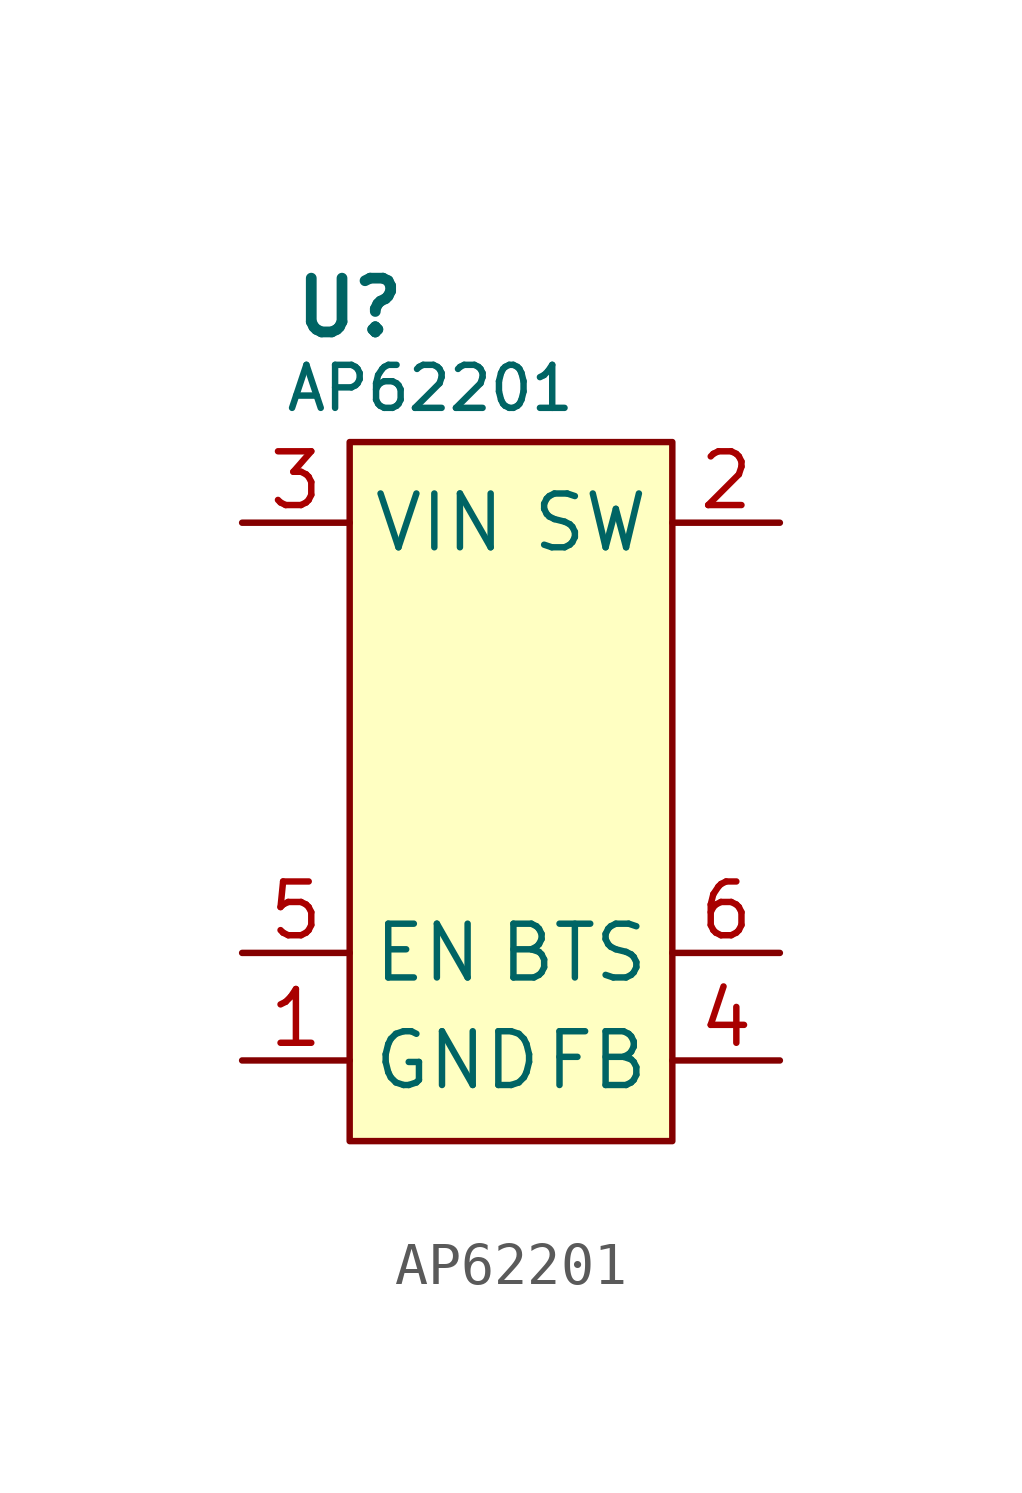
<source format=kicad_sym>
(kicad_symbol_lib
  (version 20231120)
  (generator "kicad_symbol_editor")
  (generator_version "8.0")
  (symbol "AP62201"
    (property "Reference" "U"
      (at 2.54 -1.27 0)
      (effects (font (size 1.27 1.27) (bold yes))))
    (property "Value" " AP62201"
      (at 4.445 -3.175 0)
      (effects (font (size 1.016 1.016))))
    (symbol "AP62201_1_1"
      (rectangle (start 2.54 -4.445) (end 10.16 -20.955) (stroke (width 0) (type default)) (fill (type background)))
      (pin passive line (at 0 -19.05 0) (length 2.54) (name "GND" (effects (font (size 1.27 1.27)))) (number "1" (effects (font (size 1.27 1.27)))))
      (pin output line (at 12.7 -6.35 180) (length 2.54) (name "SW" (effects (font (size 1.27 1.27)))) (number "2" (effects (font (size 1.27 1.27)))))
      (pin power_in line (at 0 -6.35 0) (length 2.54) (name "VIN" (effects (font (size 1.27 1.27)))) (number "3" (effects (font (size 1.27 1.27)))))
      (pin input line (at 12.7 -19.05 180) (length 2.54) (name "FB" (effects (font (size 1.27 1.27)))) (number "4" (effects (font (size 1.27 1.27)))))
      (pin input line (at 0 -16.51 0) (length 2.54) (name "EN" (effects (font (size 1.27 1.27)))) (number "5" (effects (font (size 1.27 1.27)))))
      (pin passive line (at 12.7 -16.51 180) (length 2.54) (name "BTS" (effects (font (size 1.27 1.27)))) (number "6" (effects (font (size 1.27 1.27))))))))
</source>
